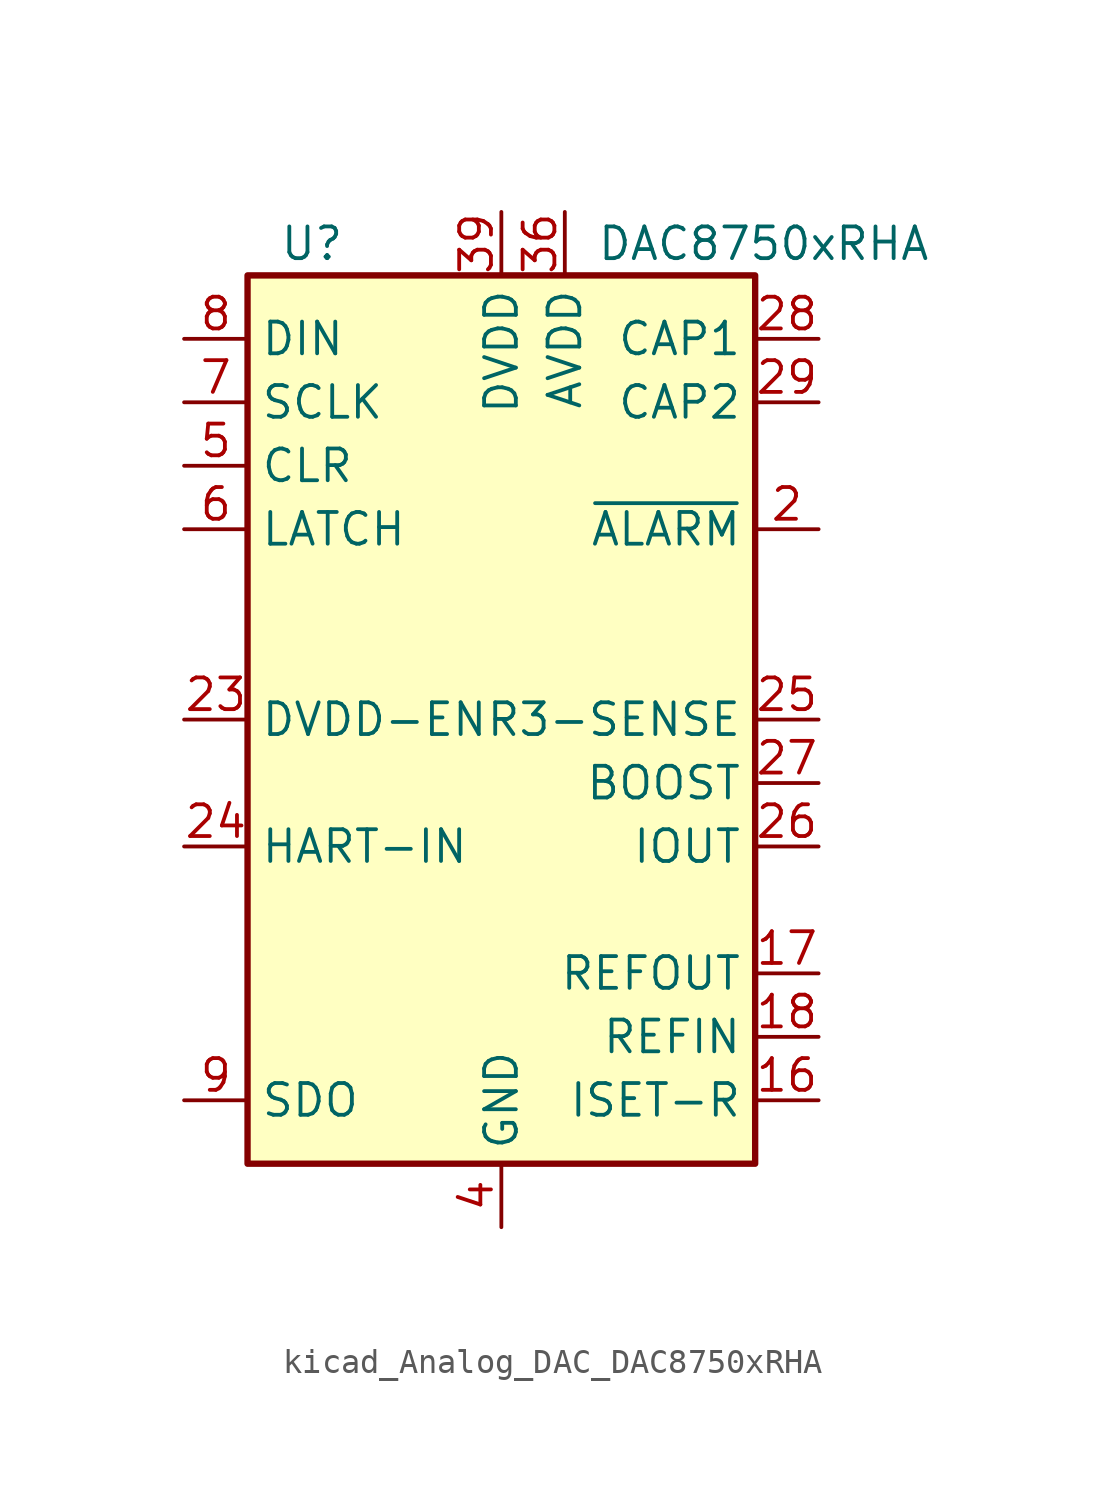
<source format=kicad_sym>
(kicad_symbol_lib
  (version 20220914)
  (generator kicad_symbol_editor)
  (symbol "kicad_Analog_DAC_DAC8750xRHA"
    (property "Reference" "U"
      (at -8.89 19.05 0)
      (effects (font (size 1.27 1.27)) (justify left)))
    (property "Value" "DAC8750xRHA"
      (at 3.81 19.05 0)
      (effects (font (size 1.27 1.27)) (justify left)))
    (symbol "kicad_Analog_DAC_DAC8750xRHA_1_1"
      (rectangle (start -10.16 17.78) (end 10.16 -17.78) (stroke (width 0.254) (type default)) (fill (type background)))
      (pin no_connect line (at -10.16 -2.54 0) (length 2.54) hide (name "NC" (effects (font (size 1.27 1.27)))) (number "1" (effects (font (size 1.27 1.27)))))
      (pin no_connect line (at -10.16 -12.7 0) (length 2.54) hide (name "NC" (effects (font (size 1.27 1.27)))) (number "10" (effects (font (size 1.27 1.27)))))
      (pin no_connect line (at -5.08 17.78 270) (length 2.54) hide (name "NC" (effects (font (size 1.27 1.27)))) (number "11" (effects (font (size 1.27 1.27)))))
      (pin passive line (at 0 -20.32 90) (length 2.54) hide (name "GND" (effects (font (size 1.27 1.27)))) (number "12" (effects (font (size 1.27 1.27)))))
      (pin passive line (at 0 -20.32 90) (length 2.54) hide (name "GND" (effects (font (size 1.27 1.27)))) (number "13" (effects (font (size 1.27 1.27)))))
      (pin passive line (at 0 -20.32 90) (length 2.54) hide (name "GND" (effects (font (size 1.27 1.27)))) (number "14" (effects (font (size 1.27 1.27)))))
      (pin passive line (at 0 -20.32 90) (length 2.54) hide (name "GND" (effects (font (size 1.27 1.27)))) (number "15" (effects (font (size 1.27 1.27)))))
      (pin passive line (at 12.7 -15.24 180) (length 2.54) (name "ISET-R" (effects (font (size 1.27 1.27)))) (number "16" (effects (font (size 1.27 1.27)))))
      (pin output line (at 12.7 -10.16 180) (length 2.54) (name "REFOUT" (effects (font (size 1.27 1.27)))) (number "17" (effects (font (size 1.27 1.27)))))
      (pin input line (at 12.7 -12.7 180) (length 2.54) (name "REFIN" (effects (font (size 1.27 1.27)))) (number "18" (effects (font (size 1.27 1.27)))))
      (pin no_connect line (at 10.16 -7.62 180) (length 2.54) hide (name "NC" (effects (font (size 1.27 1.27)))) (number "19" (effects (font (size 1.27 1.27)))))
      (pin open_collector line (at 12.7 7.62 180) (length 2.54) (name "~{ALARM}" (effects (font (size 1.27 1.27)))) (number "2" (effects (font (size 1.27 1.27)))))
      (pin no_connect line (at 10.16 10.16 180) (length 2.54) hide (name "NC" (effects (font (size 1.27 1.27)))) (number "20" (effects (font (size 1.27 1.27)))))
      (pin no_connect line (at -10.16 2.54 0) (length 2.54) hide (name "NC" (effects (font (size 1.27 1.27)))) (number "21" (effects (font (size 1.27 1.27)))))
      (pin no_connect line (at -2.54 17.78 270) (length 2.54) hide (name "NC" (effects (font (size 1.27 1.27)))) (number "22" (effects (font (size 1.27 1.27)))))
      (pin input line (at -12.7 0 0) (length 2.54) (name "DVDD-EN" (effects (font (size 1.27 1.27)))) (number "23" (effects (font (size 1.27 1.27)))))
      (pin input line (at -12.7 -5.08 0) (length 2.54) (name "HART-IN" (effects (font (size 1.27 1.27)))) (number "24" (effects (font (size 1.27 1.27)))))
      (pin output line (at 12.7 0 180) (length 2.54) (name "R3-SENSE" (effects (font (size 1.27 1.27)))) (number "25" (effects (font (size 1.27 1.27)))))
      (pin output line (at 12.7 -5.08 180) (length 2.54) (name "IOUT" (effects (font (size 1.27 1.27)))) (number "26" (effects (font (size 1.27 1.27)))))
      (pin output line (at 12.7 -2.54 180) (length 2.54) (name "BOOST" (effects (font (size 1.27 1.27)))) (number "27" (effects (font (size 1.27 1.27)))))
      (pin passive line (at 12.7 15.24 180) (length 2.54) (name "CAP1" (effects (font (size 1.27 1.27)))) (number "28" (effects (font (size 1.27 1.27)))))
      (pin passive line (at 12.7 12.7 180) (length 2.54) (name "CAP2" (effects (font (size 1.27 1.27)))) (number "29" (effects (font (size 1.27 1.27)))))
      (pin passive line (at 0 -20.32 90) (length 2.54) hide (name "GND" (effects (font (size 1.27 1.27)))) (number "3" (effects (font (size 1.27 1.27)))))
      (pin no_connect line (at -5.08 -17.78 90) (length 2.54) hide (name "NC" (effects (font (size 1.27 1.27)))) (number "30" (effects (font (size 1.27 1.27)))))
      (pin no_connect line (at -2.54 -17.78 90) (length 2.54) hide (name "NC" (effects (font (size 1.27 1.27)))) (number "31" (effects (font (size 1.27 1.27)))))
      (pin no_connect line (at 2.54 -17.78 90) (length 2.54) hide (name "NC" (effects (font (size 1.27 1.27)))) (number "32" (effects (font (size 1.27 1.27)))))
      (pin no_connect line (at 5.08 -17.78 90) (length 2.54) hide (name "NC" (effects (font (size 1.27 1.27)))) (number "33" (effects (font (size 1.27 1.27)))))
      (pin no_connect line (at 10.16 2.54 180) (length 2.54) hide (name "NC" (effects (font (size 1.27 1.27)))) (number "34" (effects (font (size 1.27 1.27)))))
      (pin no_connect line (at 10.16 5.08 180) (length 2.54) hide (name "NC" (effects (font (size 1.27 1.27)))) (number "35" (effects (font (size 1.27 1.27)))))
      (pin power_in line (at 2.54 20.32 270) (length 2.54) (name "AVDD" (effects (font (size 1.27 1.27)))) (number "36" (effects (font (size 1.27 1.27)))))
      (pin passive line (at 0 -20.32 90) (length 2.54) hide (name "GND" (effects (font (size 1.27 1.27)))) (number "37" (effects (font (size 1.27 1.27)))))
      (pin no_connect line (at -10.16 -10.16 0) (length 2.54) hide (name "NC" (effects (font (size 1.27 1.27)))) (number "38" (effects (font (size 1.27 1.27)))))
      (pin power_in line (at 0 20.32 270) (length 2.54) (name "DVDD" (effects (font (size 1.27 1.27)))) (number "39" (effects (font (size 1.27 1.27)))))
      (pin power_in line (at 0 -20.32 90) (length 2.54) (name "GND" (effects (font (size 1.27 1.27)))) (number "4" (effects (font (size 1.27 1.27)))))
      (pin no_connect line (at -10.16 -7.62 0) (length 2.54) hide (name "NC" (effects (font (size 1.27 1.27)))) (number "40" (effects (font (size 1.27 1.27)))))
      (pin passive line (at 0 -20.32 90) (length 2.54) hide (name "GND" (effects (font (size 1.27 1.27)))) (number "41" (effects (font (size 1.27 1.27)))))
      (pin input line (at -12.7 10.16 0) (length 2.54) (name "CLR" (effects (font (size 1.27 1.27)))) (number "5" (effects (font (size 1.27 1.27)))))
      (pin input line (at -12.7 7.62 0) (length 2.54) (name "LATCH" (effects (font (size 1.27 1.27)))) (number "6" (effects (font (size 1.27 1.27)))))
      (pin input line (at -12.7 12.7 0) (length 2.54) (name "SCLK" (effects (font (size 1.27 1.27)))) (number "7" (effects (font (size 1.27 1.27)))))
      (pin input line (at -12.7 15.24 0) (length 2.54) (name "DIN" (effects (font (size 1.27 1.27)))) (number "8" (effects (font (size 1.27 1.27)))))
      (pin output line (at -12.7 -15.24 0) (length 2.54) (name "SDO" (effects (font (size 1.27 1.27)))) (number "9" (effects (font (size 1.27 1.27))))))))
</source>
